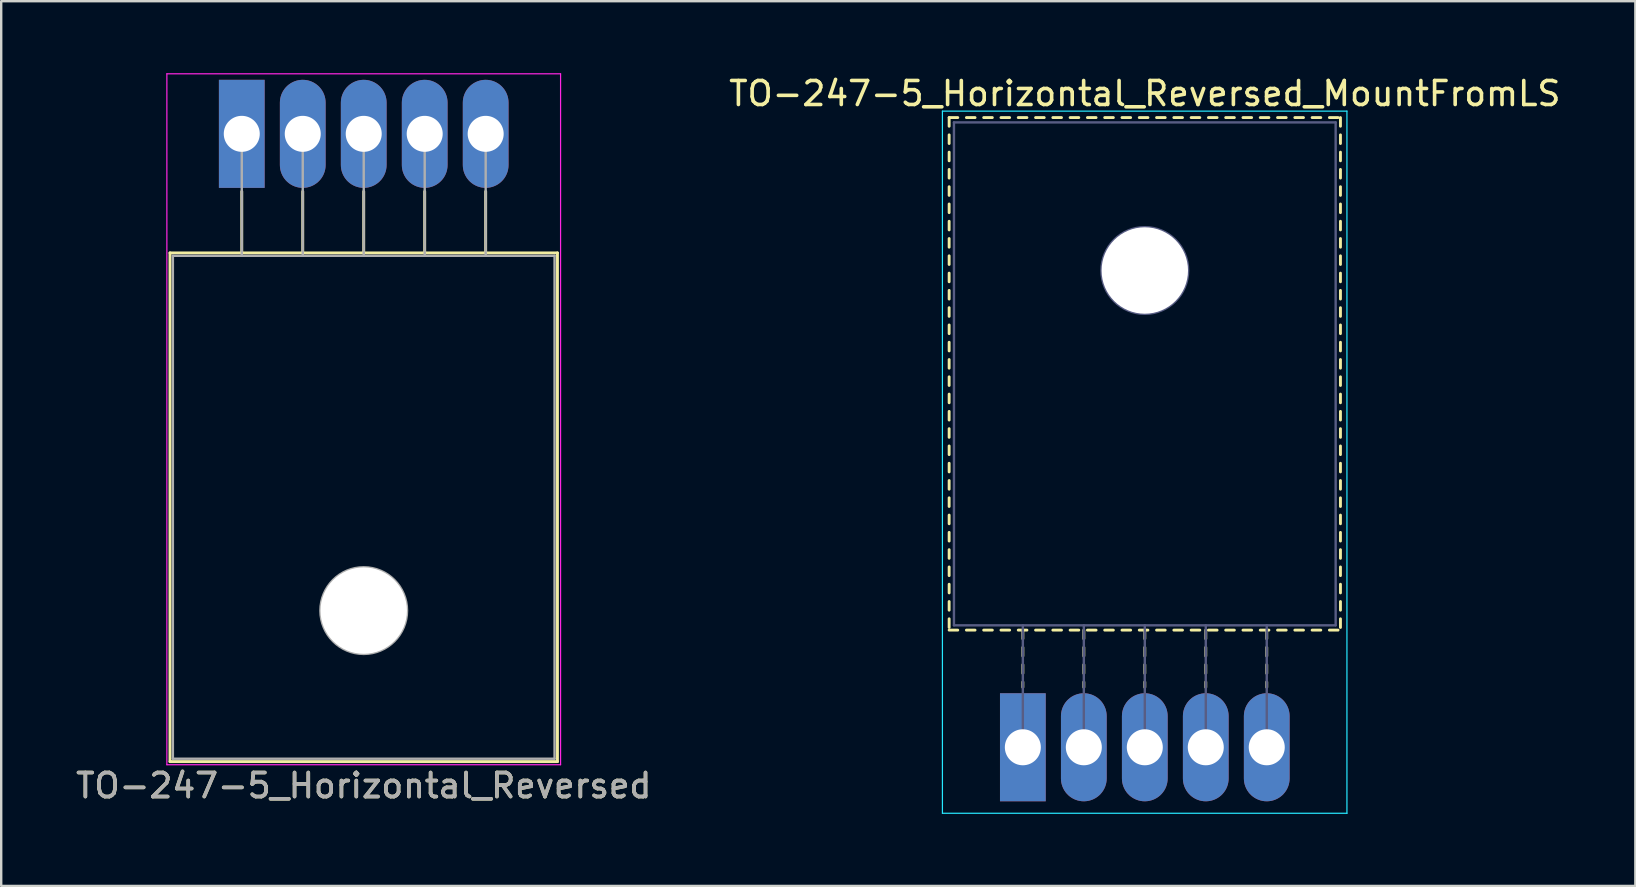
<source format=kicad_pcb>
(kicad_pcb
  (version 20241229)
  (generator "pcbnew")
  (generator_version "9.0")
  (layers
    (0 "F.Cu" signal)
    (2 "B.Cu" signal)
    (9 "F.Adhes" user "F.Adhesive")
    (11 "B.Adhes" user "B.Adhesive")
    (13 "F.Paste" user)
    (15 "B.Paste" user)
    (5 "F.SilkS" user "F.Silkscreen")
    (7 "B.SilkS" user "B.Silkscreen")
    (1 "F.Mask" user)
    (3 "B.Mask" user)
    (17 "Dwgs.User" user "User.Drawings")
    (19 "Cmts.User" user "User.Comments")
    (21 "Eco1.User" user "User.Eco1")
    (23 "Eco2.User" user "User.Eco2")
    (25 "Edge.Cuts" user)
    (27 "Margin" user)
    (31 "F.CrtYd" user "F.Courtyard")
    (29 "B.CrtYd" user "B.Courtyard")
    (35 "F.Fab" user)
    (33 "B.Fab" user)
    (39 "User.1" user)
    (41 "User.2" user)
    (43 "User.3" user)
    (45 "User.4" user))
  (footprint "TO-247-5_Horizontal_Reversed_MountFromLS"
    (layer "F.Cu")
    (at 39.557 28.078)
    (property "Reference" "TO-247-5_Horizontal_Reversed_MountFromLS" (at 5.08 -27.23 0) (layer "F.SilkS") (effects (font (size 1 1) (thickness 0.15))))
    (attr through_hole)
    (fp_line (start -3.07 -26.23) (end -3.07 -25.87) (stroke (width 0.12) (type solid)) (layer "F.SilkS"))
    (fp_line (start -3.07 -26.23) (end -2.711 -26.23) (stroke (width 0.12) (type solid)) (layer "F.SilkS"))
    (fp_line (start -3.07 -25.51) (end -3.07 -25.15) (stroke (width 0.12) (type solid)) (layer "F.SilkS"))
    (fp_line (start -3.07 -24.79) (end -3.07 -24.43) (stroke (width 0.12) (type solid)) (layer "F.SilkS"))
    (fp_line (start -3.07 -24.07) (end -3.07 -23.71) (stroke (width 0.12) (type solid)) (layer "F.SilkS"))
    (fp_line (start -3.07 -23.35) (end -3.07 -22.99) (stroke (width 0.12) (type solid)) (layer "F.SilkS"))
    (fp_line (start -3.07 -22.631) (end -3.07 -22.271) (stroke (width 0.12) (type solid)) (layer "F.SilkS"))
    (fp_line (start -3.07 -21.911) (end -3.07 -21.551) (stroke (width 0.12) (type solid)) (layer "F.SilkS"))
    (fp_line (start -3.07 -21.191) (end -3.07 -20.831) (stroke (width 0.12) (type solid)) (layer "F.SilkS"))
    (fp_line (start -3.07 -20.471) (end -3.07 -20.111) (stroke (width 0.12) (type solid)) (layer "F.SilkS"))
    (fp_line (start -3.07 -19.751) (end -3.07 -19.391) (stroke (width 0.12) (type solid)) (layer "F.SilkS"))
    (fp_line (start -3.07 -19.031) (end -3.07 -18.671) (stroke (width 0.12) (type solid)) (layer "F.SilkS"))
    (fp_line (start -3.07 -18.311) (end -3.07 -17.951) (stroke (width 0.12) (type solid)) (layer "F.SilkS"))
    (fp_line (start -3.07 -17.591) (end -3.07 -17.231) (stroke (width 0.12) (type solid)) (layer "F.SilkS"))
    (fp_line (start -3.07 -16.871) (end -3.07 -16.511) (stroke (width 0.12) (type solid)) (layer "F.SilkS"))
    (fp_line (start -3.07 -16.151) (end -3.07 -15.791) (stroke (width 0.12) (type solid)) (layer "F.SilkS"))
    (fp_line (start -3.07 -15.431) (end -3.07 -15.071) (stroke (width 0.12) (type solid)) (layer "F.SilkS"))
    (fp_line (start -3.07 -14.711) (end -3.07 -14.351) (stroke (width 0.12) (type solid)) (layer "F.SilkS"))
    (fp_line (start -3.07 -13.991) (end -3.07 -13.631) (stroke (width 0.12) (type solid)) (layer "F.SilkS"))
    (fp_line (start -3.07 -13.271) (end -3.07 -12.911) (stroke (width 0.12) (type solid)) (layer "F.SilkS"))
    (fp_line (start -3.07 -12.551) (end -3.07 -12.191) (stroke (width 0.12) (type solid)) (layer "F.SilkS"))
    (fp_line (start -3.07 -11.831) (end -3.07 -11.471) (stroke (width 0.12) (type solid)) (layer "F.SilkS"))
    (fp_line (start -3.07 -11.111) (end -3.07 -10.751) (stroke (width 0.12) (type solid)) (layer "F.SilkS"))
    (fp_line (start -3.07 -10.391) (end -3.07 -10.031) (stroke (width 0.12) (type solid)) (layer "F.SilkS"))
    (fp_line (start -3.07 -9.671) (end -3.07 -9.311) (stroke (width 0.12) (type solid)) (layer "F.SilkS"))
    (fp_line (start -3.07 -8.951) (end -3.07 -8.591) (stroke (width 0.12) (type solid)) (layer "F.SilkS"))
    (fp_line (start -3.07 -8.231) (end -3.07 -7.871) (stroke (width 0.12) (type solid)) (layer "F.SilkS"))
    (fp_line (start -3.07 -7.511) (end -3.07 -7.151) (stroke (width 0.12) (type solid)) (layer "F.SilkS"))
    (fp_line (start -3.07 -6.791) (end -3.07 -6.431) (stroke (width 0.12) (type solid)) (layer "F.SilkS"))
    (fp_line (start -3.07 -6.071) (end -3.07 -5.711) (stroke (width 0.12) (type solid)) (layer "F.SilkS"))
    (fp_line (start -3.07 -5.351) (end -3.07 -4.991) (stroke (width 0.12) (type solid)) (layer "F.SilkS"))
    (fp_line (start -3.07 -4.88) (end -2.711 -4.88) (stroke (width 0.12) (type solid)) (layer "F.SilkS"))
    (fp_line (start -2.351 -26.23) (end -1.991 -26.23) (stroke (width 0.12) (type solid)) (layer "F.SilkS"))
    (fp_line (start -2.351 -4.88) (end -1.991 -4.88) (stroke (width 0.12) (type solid)) (layer "F.SilkS"))
    (fp_line (start -1.631 -26.23) (end -1.271 -26.23) (stroke (width 0.12) (type solid)) (layer "F.SilkS"))
    (fp_line (start -1.631 -4.88) (end -1.271 -4.88) (stroke (width 0.12) (type solid)) (layer "F.SilkS"))
    (fp_line (start -0.911 -26.23) (end -0.551 -26.23) (stroke (width 0.12) (type solid)) (layer "F.SilkS"))
    (fp_line (start -0.911 -4.88) (end -0.551 -4.88) (stroke (width 0.12) (type solid)) (layer "F.SilkS"))
    (fp_line (start -0.191 -26.23) (end 0.17 -26.23) (stroke (width 0.12) (type solid)) (layer "F.SilkS"))
    (fp_line (start -0.191 -4.88) (end 0.17 -4.88) (stroke (width 0.12) (type solid)) (layer "F.SilkS"))
    (fp_line (start 0 -4.88) (end 0 -4.52) (stroke (width 0.12) (type solid)) (layer "F.SilkS"))
    (fp_line (start 0 -4.16) (end 0 -3.8) (stroke (width 0.12) (type solid)) (layer "F.SilkS"))
    (fp_line (start 0 -3.44) (end 0 -3.08) (stroke (width 0.12) (type solid)) (layer "F.SilkS"))
    (fp_line (start 0 -2.72) (end 0 -2.5) (stroke (width 0.12) (type solid)) (layer "F.SilkS"))
    (fp_line (start 0.53 -26.23) (end 0.89 -26.23) (stroke (width 0.12) (type solid)) (layer "F.SilkS"))
    (fp_line (start 0.53 -4.88) (end 0.89 -4.88) (stroke (width 0.12) (type solid)) (layer "F.SilkS"))
    (fp_line (start 1.25 -26.23) (end 1.61 -26.23) (stroke (width 0.12) (type solid)) (layer "F.SilkS"))
    (fp_line (start 1.25 -4.88) (end 1.61 -4.88) (stroke (width 0.12) (type solid)) (layer "F.SilkS"))
    (fp_line (start 1.97 -26.23) (end 2.33 -26.23) (stroke (width 0.12) (type solid)) (layer "F.SilkS"))
    (fp_line (start 1.97 -4.88) (end 2.33 -4.88) (stroke (width 0.12) (type solid)) (layer "F.SilkS"))
    (fp_line (start 2.54 -4.88) (end 2.54 -4.52) (stroke (width 0.12) (type solid)) (layer "F.SilkS"))
    (fp_line (start 2.54 -4.16) (end 2.54 -3.8) (stroke (width 0.12) (type solid)) (layer "F.SilkS"))
    (fp_line (start 2.54 -3.44) (end 2.54 -3.08) (stroke (width 0.12) (type solid)) (layer "F.SilkS"))
    (fp_line (start 2.54 -2.72) (end 2.54 -2.5) (stroke (width 0.12) (type solid)) (layer "F.SilkS"))
    (fp_line (start 2.69 -26.23) (end 3.05 -26.23) (stroke (width 0.12) (type solid)) (layer "F.SilkS"))
    (fp_line (start 2.69 -4.88) (end 3.05 -4.88) (stroke (width 0.12) (type solid)) (layer "F.SilkS"))
    (fp_line (start 3.41 -26.23) (end 3.77 -26.23) (stroke (width 0.12) (type solid)) (layer "F.SilkS"))
    (fp_line (start 3.41 -4.88) (end 3.77 -4.88) (stroke (width 0.12) (type solid)) (layer "F.SilkS"))
    (fp_line (start 4.13 -26.23) (end 4.49 -26.23) (stroke (width 0.12) (type solid)) (layer "F.SilkS"))
    (fp_line (start 4.13 -4.88) (end 4.49 -4.88) (stroke (width 0.12) (type solid)) (layer "F.SilkS"))
    (fp_line (start 4.85 -26.23) (end 5.21 -26.23) (stroke (width 0.12) (type solid)) (layer "F.SilkS"))
    (fp_line (start 4.85 -4.88) (end 5.21 -4.88) (stroke (width 0.12) (type solid)) (layer "F.SilkS"))
    (fp_line (start 5.08 -4.88) (end 5.08 -4.52) (stroke (width 0.12) (type solid)) (layer "F.SilkS"))
    (fp_line (start 5.08 -4.16) (end 5.08 -3.8) (stroke (width 0.12) (type solid)) (layer "F.SilkS"))
    (fp_line (start 5.08 -3.44) (end 5.08 -3.08) (stroke (width 0.12) (type solid)) (layer "F.SilkS"))
    (fp_line (start 5.08 -2.72) (end 5.08 -2.5) (stroke (width 0.12) (type solid)) (layer "F.SilkS"))
    (fp_line (start 5.57 -26.23) (end 5.93 -26.23) (stroke (width 0.12) (type solid)) (layer "F.SilkS"))
    (fp_line (start 5.57 -4.88) (end 5.93 -4.88) (stroke (width 0.12) (type solid)) (layer "F.SilkS"))
    (fp_line (start 6.29 -26.23) (end 6.65 -26.23) (stroke (width 0.12) (type solid)) (layer "F.SilkS"))
    (fp_line (start 6.29 -4.88) (end 6.65 -4.88) (stroke (width 0.12) (type solid)) (layer "F.SilkS"))
    (fp_line (start 7.011 -26.23) (end 7.371 -26.23) (stroke (width 0.12) (type solid)) (layer "F.SilkS"))
    (fp_line (start 7.011 -4.88) (end 7.371 -4.88) (stroke (width 0.12) (type solid)) (layer "F.SilkS"))
    (fp_line (start 7.62 -4.88) (end 7.62 -4.52) (stroke (width 0.12) (type solid)) (layer "F.SilkS"))
    (fp_line (start 7.62 -4.16) (end 7.62 -3.8) (stroke (width 0.12) (type solid)) (layer "F.SilkS"))
    (fp_line (start 7.62 -3.44) (end 7.62 -3.08) (stroke (width 0.12) (type solid)) (layer "F.SilkS"))
    (fp_line (start 7.62 -2.72) (end 7.62 -2.5) (stroke (width 0.12) (type solid)) (layer "F.SilkS"))
    (fp_line (start 7.731 -26.23) (end 8.091 -26.23) (stroke (width 0.12) (type solid)) (layer "F.SilkS"))
    (fp_line (start 7.731 -4.88) (end 8.091 -4.88) (stroke (width 0.12) (type solid)) (layer "F.SilkS"))
    (fp_line (start 8.45 -26.23) (end 8.81 -26.23) (stroke (width 0.12) (type solid)) (layer "F.SilkS"))
    (fp_line (start 8.45 -4.88) (end 8.81 -4.88) (stroke (width 0.12) (type solid)) (layer "F.SilkS"))
    (fp_line (start 9.17 -26.23) (end 9.53 -26.23) (stroke (width 0.12) (type solid)) (layer "F.SilkS"))
    (fp_line (start 9.17 -4.88) (end 9.53 -4.88) (stroke (width 0.12) (type solid)) (layer "F.SilkS"))
    (fp_line (start 9.89 -26.23) (end 10.25 -26.23) (stroke (width 0.12) (type solid)) (layer "F.SilkS"))
    (fp_line (start 9.89 -4.88) (end 10.25 -4.88) (stroke (width 0.12) (type solid)) (layer "F.SilkS"))
    (fp_line (start 10.16 -4.88) (end 10.16 -4.52) (stroke (width 0.12) (type solid)) (layer "F.SilkS"))
    (fp_line (start 10.16 -4.16) (end 10.16 -3.8) (stroke (width 0.12) (type solid)) (layer "F.SilkS"))
    (fp_line (start 10.16 -3.44) (end 10.16 -3.08) (stroke (width 0.12) (type solid)) (layer "F.SilkS"))
    (fp_line (start 10.16 -2.72) (end 10.16 -2.5) (stroke (width 0.12) (type solid)) (layer "F.SilkS"))
    (fp_line (start 10.61 -26.23) (end 10.97 -26.23) (stroke (width 0.12) (type solid)) (layer "F.SilkS"))
    (fp_line (start 10.61 -4.88) (end 10.97 -4.88) (stroke (width 0.12) (type solid)) (layer "F.SilkS"))
    (fp_line (start 11.33 -26.23) (end 11.69 -26.23) (stroke (width 0.12) (type solid)) (layer "F.SilkS"))
    (fp_line (start 11.33 -4.88) (end 11.69 -4.88) (stroke (width 0.12) (type solid)) (layer "F.SilkS"))
    (fp_line (start 12.05 -26.23) (end 12.41 -26.23) (stroke (width 0.12) (type solid)) (layer "F.SilkS"))
    (fp_line (start 12.05 -4.88) (end 12.41 -4.88) (stroke (width 0.12) (type solid)) (layer "F.SilkS"))
    (fp_line (start 12.77 -26.23) (end 13.13 -26.23) (stroke (width 0.12) (type solid)) (layer "F.SilkS"))
    (fp_line (start 12.77 -4.88) (end 13.13 -4.88) (stroke (width 0.12) (type solid)) (layer "F.SilkS"))
    (fp_line (start 13.23 -26.23) (end 13.23 -25.87) (stroke (width 0.12) (type solid)) (layer "F.SilkS"))
    (fp_line (start 13.23 -25.51) (end 13.23 -25.15) (stroke (width 0.12) (type solid)) (layer "F.SilkS"))
    (fp_line (start 13.23 -24.79) (end 13.23 -24.43) (stroke (width 0.12) (type solid)) (layer "F.SilkS"))
    (fp_line (start 13.23 -24.07) (end 13.23 -23.71) (stroke (width 0.12) (type solid)) (layer "F.SilkS"))
    (fp_line (start 13.23 -23.35) (end 13.23 -22.99) (stroke (width 0.12) (type solid)) (layer "F.SilkS"))
    (fp_line (start 13.23 -22.631) (end 13.23 -22.271) (stroke (width 0.12) (type solid)) (layer "F.SilkS"))
    (fp_line (start 13.23 -21.911) (end 13.23 -21.551) (stroke (width 0.12) (type solid)) (layer "F.SilkS"))
    (fp_line (start 13.23 -21.191) (end 13.23 -20.831) (stroke (width 0.12) (type solid)) (layer "F.SilkS"))
    (fp_line (start 13.23 -20.471) (end 13.23 -20.111) (stroke (width 0.12) (type solid)) (layer "F.SilkS"))
    (fp_line (start 13.23 -19.751) (end 13.23 -19.391) (stroke (width 0.12) (type solid)) (layer "F.SilkS"))
    (fp_line (start 13.23 -19.031) (end 13.23 -18.671) (stroke (width 0.12) (type solid)) (layer "F.SilkS"))
    (fp_line (start 13.23 -18.311) (end 13.23 -17.951) (stroke (width 0.12) (type solid)) (layer "F.SilkS"))
    (fp_line (start 13.23 -17.591) (end 13.23 -17.231) (stroke (width 0.12) (type solid)) (layer "F.SilkS"))
    (fp_line (start 13.23 -16.871) (end 13.23 -16.511) (stroke (width 0.12) (type solid)) (layer "F.SilkS"))
    (fp_line (start 13.23 -16.151) (end 13.23 -15.791) (stroke (width 0.12) (type solid)) (layer "F.SilkS"))
    (fp_line (start 13.23 -15.431) (end 13.23 -15.071) (stroke (width 0.12) (type solid)) (layer "F.SilkS"))
    (fp_line (start 13.23 -14.711) (end 13.23 -14.351) (stroke (width 0.12) (type solid)) (layer "F.SilkS"))
    (fp_line (start 13.23 -13.991) (end 13.23 -13.631) (stroke (width 0.12) (type solid)) (layer "F.SilkS"))
    (fp_line (start 13.23 -13.271) (end 13.23 -12.911) (stroke (width 0.12) (type solid)) (layer "F.SilkS"))
    (fp_line (start 13.23 -12.551) (end 13.23 -12.191) (stroke (width 0.12) (type solid)) (layer "F.SilkS"))
    (fp_line (start 13.23 -11.831) (end 13.23 -11.471) (stroke (width 0.12) (type solid)) (layer "F.SilkS"))
    (fp_line (start 13.23 -11.111) (end 13.23 -10.751) (stroke (width 0.12) (type solid)) (layer "F.SilkS"))
    (fp_line (start 13.23 -10.391) (end 13.23 -10.031) (stroke (width 0.12) (type solid)) (layer "F.SilkS"))
    (fp_line (start 13.23 -9.671) (end 13.23 -9.311) (stroke (width 0.12) (type solid)) (layer "F.SilkS"))
    (fp_line (start 13.23 -8.951) (end 13.23 -8.591) (stroke (width 0.12) (type solid)) (layer "F.SilkS"))
    (fp_line (start 13.23 -8.231) (end 13.23 -7.871) (stroke (width 0.12) (type solid)) (layer "F.SilkS"))
    (fp_line (start 13.23 -7.511) (end 13.23 -7.151) (stroke (width 0.12) (type solid)) (layer "F.SilkS"))
    (fp_line (start 13.23 -6.791) (end 13.23 -6.431) (stroke (width 0.12) (type solid)) (layer "F.SilkS"))
    (fp_line (start 13.23 -6.071) (end 13.23 -5.711) (stroke (width 0.12) (type solid)) (layer "F.SilkS"))
    (fp_line (start 13.23 -5.351) (end 13.23 -4.991) (stroke (width 0.12) (type solid)) (layer "F.SilkS"))
    (fp_line (start -3.35 -26.5) (end -3.35 2.75) (stroke (width 0.05) (type solid)) (layer "B.CrtYd"))
    (fp_line (start -3.35 2.75) (end 13.5 2.75) (stroke (width 0.05) (type solid)) (layer "B.CrtYd"))
    (fp_line (start 13.5 -26.5) (end -3.35 -26.5) (stroke (width 0.05) (type solid)) (layer "B.CrtYd"))
    (fp_line (start 13.5 2.75) (end 13.5 -26.5) (stroke (width 0.05) (type solid)) (layer "B.CrtYd"))
    (fp_line (start -2.87 -26.03) (end 13.03 -26.03) (stroke (width 0.1) (type solid)) (layer "B.Fab"))
    (fp_line (start -2.87 -5.08) (end -2.87 -26.03) (stroke (width 0.1) (type solid)) (layer "B.Fab"))
    (fp_line (start 0 -5.08) (end 0 0) (stroke (width 0.1) (type solid)) (layer "B.Fab"))
    (fp_line (start 2.54 -5.08) (end 2.54 0) (stroke (width 0.1) (type solid)) (layer "B.Fab"))
    (fp_line (start 5.08 -5.08) (end 5.08 0) (stroke (width 0.1) (type solid)) (layer "B.Fab"))
    (fp_line (start 7.62 -5.08) (end 7.62 0) (stroke (width 0.1) (type solid)) (layer "B.Fab"))
    (fp_line (start 10.16 -5.08) (end 10.16 0) (stroke (width 0.1) (type solid)) (layer "B.Fab"))
    (fp_line (start 13.03 -26.03) (end 13.03 -5.08) (stroke (width 0.1) (type solid)) (layer "B.Fab"))
    (fp_line (start 13.03 -5.08) (end -2.87 -5.08) (stroke (width 0.1) (type solid)) (layer "B.Fab"))
    (fp_circle (center 5.08 -19.86) (end 6.885 -19.86) (stroke (width 0.1) (type solid)) (fill no) (layer "B.Fab"))
    (pad "" np_thru_hole oval (at 5.08 -19.86) (size 3.6 3.6) (drill 3.6) (layers "*.Cu" "*.Mask"))
    (pad "1" thru_hole rect (at 0 0) (size 1.905 4.5) (drill 1.5) (layers "*.Cu" "*.Mask"))
    (pad "2" thru_hole oval (at 2.54 0) (size 1.905 4.5) (drill 1.5) (layers "*.Cu" "*.Mask"))
    (pad "3" thru_hole oval (at 5.08 0) (size 1.905 4.5) (drill 1.5) (layers "*.Cu" "*.Mask"))
    (pad "4" thru_hole oval (at 7.62 0) (size 1.905 4.5) (drill 1.5) (layers "*.Cu" "*.Mask"))
    (pad "5" thru_hole oval (at 10.16 0) (size 1.905 4.5) (drill 1.5) (layers "*.Cu" "*.Mask")))
  (footprint "TO-247-5_Horizontal_Reversed"
    (layer "F.Cu")
    (at 7.021 2.525)
    (property "Reference" "TO-247-5_Horizontal_Reversed" (at 5.08 27.15 0) (layer "F.SilkS") (effects (font (size 1 1) (thickness 0.15))))
    (attr through_hole)
    (fp_line (start -2.99 4.96) (end -2.99 26.15) (stroke (width 0.12) (type solid)) (layer "F.SilkS"))
    (fp_line (start -2.99 4.96) (end 13.15 4.96) (stroke (width 0.12) (type solid)) (layer "F.SilkS"))
    (fp_line (start -2.99 26.15) (end 13.15 26.15) (stroke (width 0.12) (type solid)) (layer "F.SilkS"))
    (fp_line (start 0 2.4) (end 0 4.96) (stroke (width 0.12) (type solid)) (layer "F.SilkS"))
    (fp_line (start 2.54 2.4) (end 2.54 4.96) (stroke (width 0.12) (type solid)) (layer "F.SilkS"))
    (fp_line (start 5.08 2.4) (end 5.08 4.96) (stroke (width 0.12) (type solid)) (layer "F.SilkS"))
    (fp_line (start 7.62 2.4) (end 7.62 4.96) (stroke (width 0.12) (type solid)) (layer "F.SilkS"))
    (fp_line (start 10.16 2.4) (end 10.16 4.96) (stroke (width 0.12) (type solid)) (layer "F.SilkS"))
    (fp_line (start 13.15 4.96) (end 13.15 26.15) (stroke (width 0.12) (type solid)) (layer "F.SilkS"))
    (fp_line (start -3.12 -2.5) (end -3.12 26.28) (stroke (width 0.05) (type solid)) (layer "F.CrtYd"))
    (fp_line (start -3.12 26.28) (end 13.28 26.28) (stroke (width 0.05) (type solid)) (layer "F.CrtYd"))
    (fp_line (start 13.28 -2.5) (end -3.12 -2.5) (stroke (width 0.05) (type solid)) (layer "F.CrtYd"))
    (fp_line (start 13.28 26.28) (end 13.28 -2.5) (stroke (width 0.05) (type solid)) (layer "F.CrtYd"))
    (fp_line (start -2.87 5.08) (end -2.87 26.03) (stroke (width 0.1) (type solid)) (layer "F.Fab"))
    (fp_line (start -2.87 26.03) (end 13.03 26.03) (stroke (width 0.1) (type solid)) (layer "F.Fab"))
    (fp_line (start 0 5.08) (end 0 0) (stroke (width 0.1) (type solid)) (layer "F.Fab"))
    (fp_line (start 2.54 5.08) (end 2.54 0) (stroke (width 0.1) (type solid)) (layer "F.Fab"))
    (fp_line (start 5.08 5.08) (end 5.08 0) (stroke (width 0.1) (type solid)) (layer "F.Fab"))
    (fp_line (start 7.62 5.08) (end 7.62 0) (stroke (width 0.1) (type solid)) (layer "F.Fab"))
    (fp_line (start 10.16 5.08) (end 10.16 0) (stroke (width 0.1) (type solid)) (layer "F.Fab"))
    (fp_line (start 13.03 5.08) (end -2.87 5.08) (stroke (width 0.1) (type solid)) (layer "F.Fab"))
    (fp_line (start 13.03 26.03) (end 13.03 5.08) (stroke (width 0.1) (type solid)) (layer "F.Fab"))
    (fp_circle (center 5.08 19.86) (end 6.885 19.86) (stroke (width 0.1) (type solid)) (fill no) (layer "F.Fab"))
    (fp_text user "${REFERENCE}" (at 5.08 27.15 0) (layer "F.Fab") (effects (font (size 1 1) (thickness 0.15))))
    (pad "" np_thru_hole oval (at 5.08 19.86) (size 3.6 3.6) (drill 3.6) (layers "*.Cu" "*.Mask"))
    (pad "1" thru_hole rect (at 0 0) (size 1.905 4.5) (drill 1.5) (layers "*.Cu" "*.Mask"))
    (pad "2" thru_hole oval (at 2.54 0) (size 1.905 4.5) (drill 1.5) (layers "*.Cu" "*.Mask"))
    (pad "3" thru_hole oval (at 5.08 0) (size 1.905 4.5) (drill 1.5) (layers "*.Cu" "*.Mask"))
    (pad "4" thru_hole oval (at 7.62 0) (size 1.905 4.5) (drill 1.5) (layers "*.Cu" "*.Mask"))
    (pad "5" thru_hole oval (at 10.16 0) (size 1.905 4.5) (drill 1.5) (layers "*.Cu" "*.Mask")))
  (gr_rect
    (start -3 -3)
    (end 65.071 33.853)
    (stroke (width 0.1) (type default))
    (fill no)
    (layer "Edge.Cuts")))
</source>
